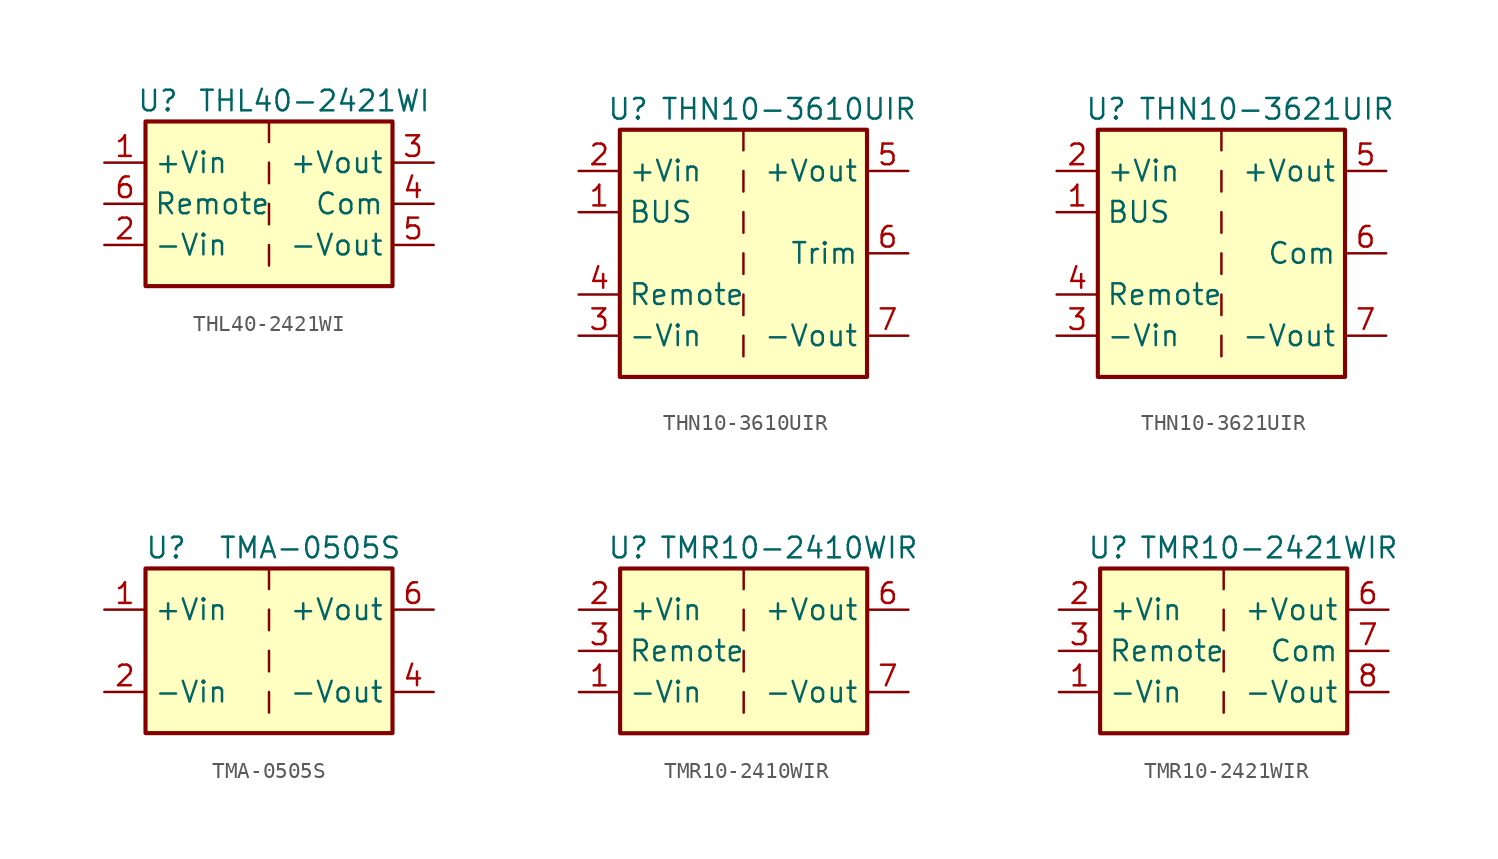
<source format=kicad_sym>
(kicad_symbol_lib
  (version 20241209)
  (generator "kicad_symbol_editor")
  (generator_version "9.0")
  (symbol "THL40-2421WI"
    (property "Reference" "U"
      (at -6.858 6.35 0)
      (effects (font (size 1.27 1.27))))
    (property "Value" "THL40-2421WI"
      (at 2.794 6.35 0)
      (effects (font (size 1.27 1.27))))
    (symbol "THL40-2421WI_0_1"
      (rectangle (start -7.62 5.08) (end 7.62 -5.08) (stroke (width 0.254) (type default)) (fill (type background)))
      (polyline (pts (xy 0 5.08) (xy 0 3.81)) (stroke (width 0) (type default)) (fill (type none)))
      (polyline (pts (xy 0 2.54) (xy 0 1.27)) (stroke (width 0) (type default)) (fill (type none)))
      (polyline (pts (xy 0 0) (xy 0 -1.27)) (stroke (width 0) (type default)) (fill (type none)))
      (polyline (pts (xy 0 -2.54) (xy 0 -3.81)) (stroke (width 0) (type default)) (fill (type none))))
    (symbol "THL40-2421WI_1_0"
      (pin power_in line (at -10.16 2.54 0) (length 2.54) (name "+Vin" (effects (font (size 1.27 1.27)))) (number "1" (effects (font (size 1.27 1.27)))))
      (pin input line (at -10.16 0 0) (length 2.54) (name "Remote" (effects (font (size 1.27 1.27)))) (number "6" (effects (font (size 1.27 1.27)))))
      (pin power_in line (at -10.16 -2.54 0) (length 2.54) (name "-Vin" (effects (font (size 1.27 1.27)))) (number "2" (effects (font (size 1.27 1.27)))))
      (pin power_out line (at 10.16 2.54 180) (length 2.54) (name "+Vout" (effects (font (size 1.27 1.27)))) (number "3" (effects (font (size 1.27 1.27)))))
      (pin passive line (at 10.16 0 180) (length 2.54) (name "Com" (effects (font (size 1.27 1.27)))) (number "4" (effects (font (size 1.27 1.27)))))
      (pin power_out line (at 10.16 -2.54 180) (length 2.54) (name "-Vout" (effects (font (size 1.27 1.27)))) (number "5" (effects (font (size 1.27 1.27)))))))
  (symbol "THN10-3610UIR"
    (property "Reference" "U"
      (at -7.112 8.89 0)
      (effects (font (size 1.27 1.27))))
    (property "Value" "THN10-3610UIR"
      (at 2.794 8.89 0)
      (effects (font (size 1.27 1.27))))
    (symbol "THN10-3610UIR_0_1"
      (rectangle (start -7.62 7.62) (end 7.62 -7.62) (stroke (width 0.254) (type default)) (fill (type background)))
      (polyline (pts (xy 0 7.62) (xy 0 6.35)) (stroke (width 0) (type default)) (fill (type none)))
      (polyline (pts (xy 0 5.08) (xy 0 3.81)) (stroke (width 0) (type default)) (fill (type none)))
      (polyline (pts (xy 0 2.54) (xy 0 1.27)) (stroke (width 0) (type default)) (fill (type none)))
      (polyline (pts (xy 0 0) (xy 0 -1.27)) (stroke (width 0) (type default)) (fill (type none)))
      (polyline (pts (xy 0 -2.54) (xy 0 -3.81)) (stroke (width 0) (type default)) (fill (type none)))
      (polyline (pts (xy 0 -5.08) (xy 0 -6.35)) (stroke (width 0) (type default)) (fill (type none))))
    (symbol "THN10-3610UIR_1_0"
      (pin power_in line (at -10.16 5.08 0) (length 2.54) (name "+Vin" (effects (font (size 1.27 1.27)))) (number "2" (effects (font (size 1.27 1.27)))))
      (pin power_in line (at -10.16 2.54 0) (length 2.54) (name "BUS" (effects (font (size 1.27 1.27)))) (number "1" (effects (font (size 1.27 1.27)))))
      (pin input line (at -10.16 -2.54 0) (length 2.54) (name "Remote" (effects (font (size 1.27 1.27)))) (number "4" (effects (font (size 1.27 1.27)))))
      (pin power_in line (at -10.16 -5.08 0) (length 2.54) (name "-Vin" (effects (font (size 1.27 1.27)))) (number "3" (effects (font (size 1.27 1.27)))))
      (pin power_out line (at 10.16 5.08 180) (length 2.54) (name "+Vout" (effects (font (size 1.27 1.27)))) (number "5" (effects (font (size 1.27 1.27)))))
      (pin passive line (at 10.16 0 180) (length 2.54) (name "Trim" (effects (font (size 1.27 1.27)))) (number "6" (effects (font (size 1.27 1.27)))))
      (pin power_out line (at 10.16 -5.08 180) (length 2.54) (name "-Vout" (effects (font (size 1.27 1.27)))) (number "7" (effects (font (size 1.27 1.27)))))))
  (symbol "THN10-3621UIR"
    (property "Reference" "U"
      (at -7.112 8.89 0)
      (effects (font (size 1.27 1.27))))
    (property "Value" "THN10-3621UIR"
      (at 2.794 8.89 0)
      (effects (font (size 1.27 1.27))))
    (symbol "THN10-3621UIR_0_1"
      (rectangle (start -7.62 7.62) (end 7.62 -7.62) (stroke (width 0.254) (type default)) (fill (type background)))
      (polyline (pts (xy 0 7.62) (xy 0 6.35)) (stroke (width 0) (type default)) (fill (type none)))
      (polyline (pts (xy 0 5.08) (xy 0 3.81)) (stroke (width 0) (type default)) (fill (type none)))
      (polyline (pts (xy 0 2.54) (xy 0 1.27)) (stroke (width 0) (type default)) (fill (type none)))
      (polyline (pts (xy 0 0) (xy 0 -1.27)) (stroke (width 0) (type default)) (fill (type none)))
      (polyline (pts (xy 0 -2.54) (xy 0 -3.81)) (stroke (width 0) (type default)) (fill (type none)))
      (polyline (pts (xy 0 -5.08) (xy 0 -6.35)) (stroke (width 0) (type default)) (fill (type none))))
    (symbol "THN10-3621UIR_1_0"
      (pin power_in line (at -10.16 5.08 0) (length 2.54) (name "+Vin" (effects (font (size 1.27 1.27)))) (number "2" (effects (font (size 1.27 1.27)))))
      (pin power_in line (at -10.16 2.54 0) (length 2.54) (name "BUS" (effects (font (size 1.27 1.27)))) (number "1" (effects (font (size 1.27 1.27)))))
      (pin input line (at -10.16 -2.54 0) (length 2.54) (name "Remote" (effects (font (size 1.27 1.27)))) (number "4" (effects (font (size 1.27 1.27)))))
      (pin power_in line (at -10.16 -5.08 0) (length 2.54) (name "-Vin" (effects (font (size 1.27 1.27)))) (number "3" (effects (font (size 1.27 1.27)))))
      (pin power_out line (at 10.16 5.08 180) (length 2.54) (name "+Vout" (effects (font (size 1.27 1.27)))) (number "5" (effects (font (size 1.27 1.27)))))
      (pin power_out line (at 10.16 0 180) (length 2.54) (name "Com" (effects (font (size 1.27 1.27)))) (number "6" (effects (font (size 1.27 1.27)))))
      (pin power_out line (at 10.16 -5.08 180) (length 2.54) (name "-Vout" (effects (font (size 1.27 1.27)))) (number "7" (effects (font (size 1.27 1.27)))))))
  (symbol "TMA-0505S"
    (property "Reference" "U"
      (at -6.35 6.35 0)
      (effects (font (size 1.27 1.27))))
    (property "Value" "TMA-0505S"
      (at 2.54 6.35 0)
      (effects (font (size 1.27 1.27))))
    (symbol "TMA-0505S_0_1"
      (rectangle (start -7.62 5.08) (end 7.62 -5.08) (stroke (width 0.254) (type default)) (fill (type background)))
      (polyline (pts (xy 0 5.08) (xy 0 3.81)) (stroke (width 0) (type default)) (fill (type none)))
      (polyline (pts (xy 0 2.54) (xy 0 1.27)) (stroke (width 0) (type default)) (fill (type none)))
      (polyline (pts (xy 0 0) (xy 0 -1.27)) (stroke (width 0) (type default)) (fill (type none)))
      (polyline (pts (xy 0 -2.54) (xy 0 -3.81)) (stroke (width 0) (type default)) (fill (type none))))
    (symbol "TMA-0505S_1_1"
      (pin power_in line (at -10.16 2.54 0) (length 2.54) (name "+Vin" (effects (font (size 1.27 1.27)))) (number "1" (effects (font (size 1.27 1.27)))))
      (pin power_in line (at -10.16 -2.54 0) (length 2.54) (name "-Vin" (effects (font (size 1.27 1.27)))) (number "2" (effects (font (size 1.27 1.27)))))
      (pin power_out line (at 10.16 2.54 180) (length 2.54) (name "+Vout" (effects (font (size 1.27 1.27)))) (number "6" (effects (font (size 1.27 1.27)))))
      (pin power_out line (at 10.16 -2.54 180) (length 2.54) (name "-Vout" (effects (font (size 1.27 1.27)))) (number "4" (effects (font (size 1.27 1.27)))))))
  (symbol "TMR10-2410WIR"
    (property "Reference" "U"
      (at -7.112 6.35 0)
      (effects (font (size 1.27 1.27))))
    (property "Value" "TMR10-2410WIR"
      (at 2.794 6.35 0)
      (effects (font (size 1.27 1.27))))
    (symbol "TMR10-2410WIR_0_1"
      (rectangle (start -7.62 5.08) (end 7.62 -5.08) (stroke (width 0.254) (type default)) (fill (type background)))
      (polyline (pts (xy 0 5.08) (xy 0 3.81)) (stroke (width 0) (type default)) (fill (type none)))
      (polyline (pts (xy 0 2.54) (xy 0 1.27)) (stroke (width 0) (type default)) (fill (type none)))
      (polyline (pts (xy 0 0) (xy 0 -1.27)) (stroke (width 0) (type default)) (fill (type none)))
      (polyline (pts (xy 0 -2.54) (xy 0 -3.81)) (stroke (width 0) (type default)) (fill (type none))))
    (symbol "TMR10-2410WIR_1_0"
      (pin power_in line (at -10.16 2.54 0) (length 2.54) (name "+Vin" (effects (font (size 1.27 1.27)))) (number "2" (effects (font (size 1.27 1.27)))))
      (pin input line (at -10.16 0 0) (length 2.54) (name "Remote" (effects (font (size 1.27 1.27)))) (number "3" (effects (font (size 1.27 1.27)))))
      (pin power_in line (at -10.16 -2.54 0) (length 2.54) (name "-Vin" (effects (font (size 1.27 1.27)))) (number "1" (effects (font (size 1.27 1.27)))))
      (pin no_connect line (at -2.54 -5.08 90) (length 2.54) (hide yes) (name "Case" (effects (font (size 1.27 1.27)))) (number "9" (effects (font (size 1.27 1.27)))))
      (pin no_connect line (at -1.27 -5.08 90) (length 2.54) (hide yes) (name "Case" (effects (font (size 1.27 1.27)))) (number "10" (effects (font (size 1.27 1.27)))))
      (pin no_connect line (at 1.27 -5.08 90) (length 2.54) (hide yes) (name "NC" (effects (font (size 1.27 1.27)))) (number "8" (effects (font (size 1.27 1.27)))))
      (pin power_out line (at 10.16 2.54 180) (length 2.54) (name "+Vout" (effects (font (size 1.27 1.27)))) (number "6" (effects (font (size 1.27 1.27)))))
      (pin power_out line (at 10.16 -2.54 180) (length 2.54) (name "-Vout" (effects (font (size 1.27 1.27)))) (number "7" (effects (font (size 1.27 1.27)))))))
  (symbol "TMR10-2421WIR"
    (property "Reference" "U"
      (at -7.112 6.35 0)
      (effects (font (size 1.27 1.27))))
    (property "Value" "TMR10-2421WIR"
      (at 2.794 6.35 0)
      (effects (font (size 1.27 1.27))))
    (symbol "TMR10-2421WIR_0_1"
      (rectangle (start -7.62 5.08) (end 7.62 -5.08) (stroke (width 0.254) (type default)) (fill (type background)))
      (polyline (pts (xy 0 5.08) (xy 0 3.81)) (stroke (width 0) (type default)) (fill (type none)))
      (polyline (pts (xy 0 2.54) (xy 0 1.27)) (stroke (width 0) (type default)) (fill (type none)))
      (polyline (pts (xy 0 0) (xy 0 -1.27)) (stroke (width 0) (type default)) (fill (type none)))
      (polyline (pts (xy 0 -2.54) (xy 0 -3.81)) (stroke (width 0) (type default)) (fill (type none))))
    (symbol "TMR10-2421WIR_1_0"
      (pin power_in line (at -10.16 2.54 0) (length 2.54) (name "+Vin" (effects (font (size 1.27 1.27)))) (number "2" (effects (font (size 1.27 1.27)))))
      (pin input line (at -10.16 0 0) (length 2.54) (name "Remote" (effects (font (size 1.27 1.27)))) (number "3" (effects (font (size 1.27 1.27)))))
      (pin power_in line (at -10.16 -2.54 0) (length 2.54) (name "-Vin" (effects (font (size 1.27 1.27)))) (number "1" (effects (font (size 1.27 1.27)))))
      (pin no_connect line (at 0 -5.08 90) (length 2.54) (hide yes) (name "Case" (effects (font (size 1.27 1.27)))) (number "9" (effects (font (size 1.27 1.27)))))
      (pin no_connect line (at 1.27 -5.08 90) (length 2.54) (hide yes) (name "Case" (effects (font (size 1.27 1.27)))) (number "10" (effects (font (size 1.27 1.27)))))
      (pin power_out line (at 10.16 2.54 180) (length 2.54) (name "+Vout" (effects (font (size 1.27 1.27)))) (number "6" (effects (font (size 1.27 1.27)))))
      (pin power_out line (at 10.16 0 180) (length 2.54) (name "Com" (effects (font (size 1.27 1.27)))) (number "7" (effects (font (size 1.27 1.27)))))
      (pin power_out line (at 10.16 -2.54 180) (length 2.54) (name "-Vout" (effects (font (size 1.27 1.27)))) (number "8" (effects (font (size 1.27 1.27))))))))
</source>
